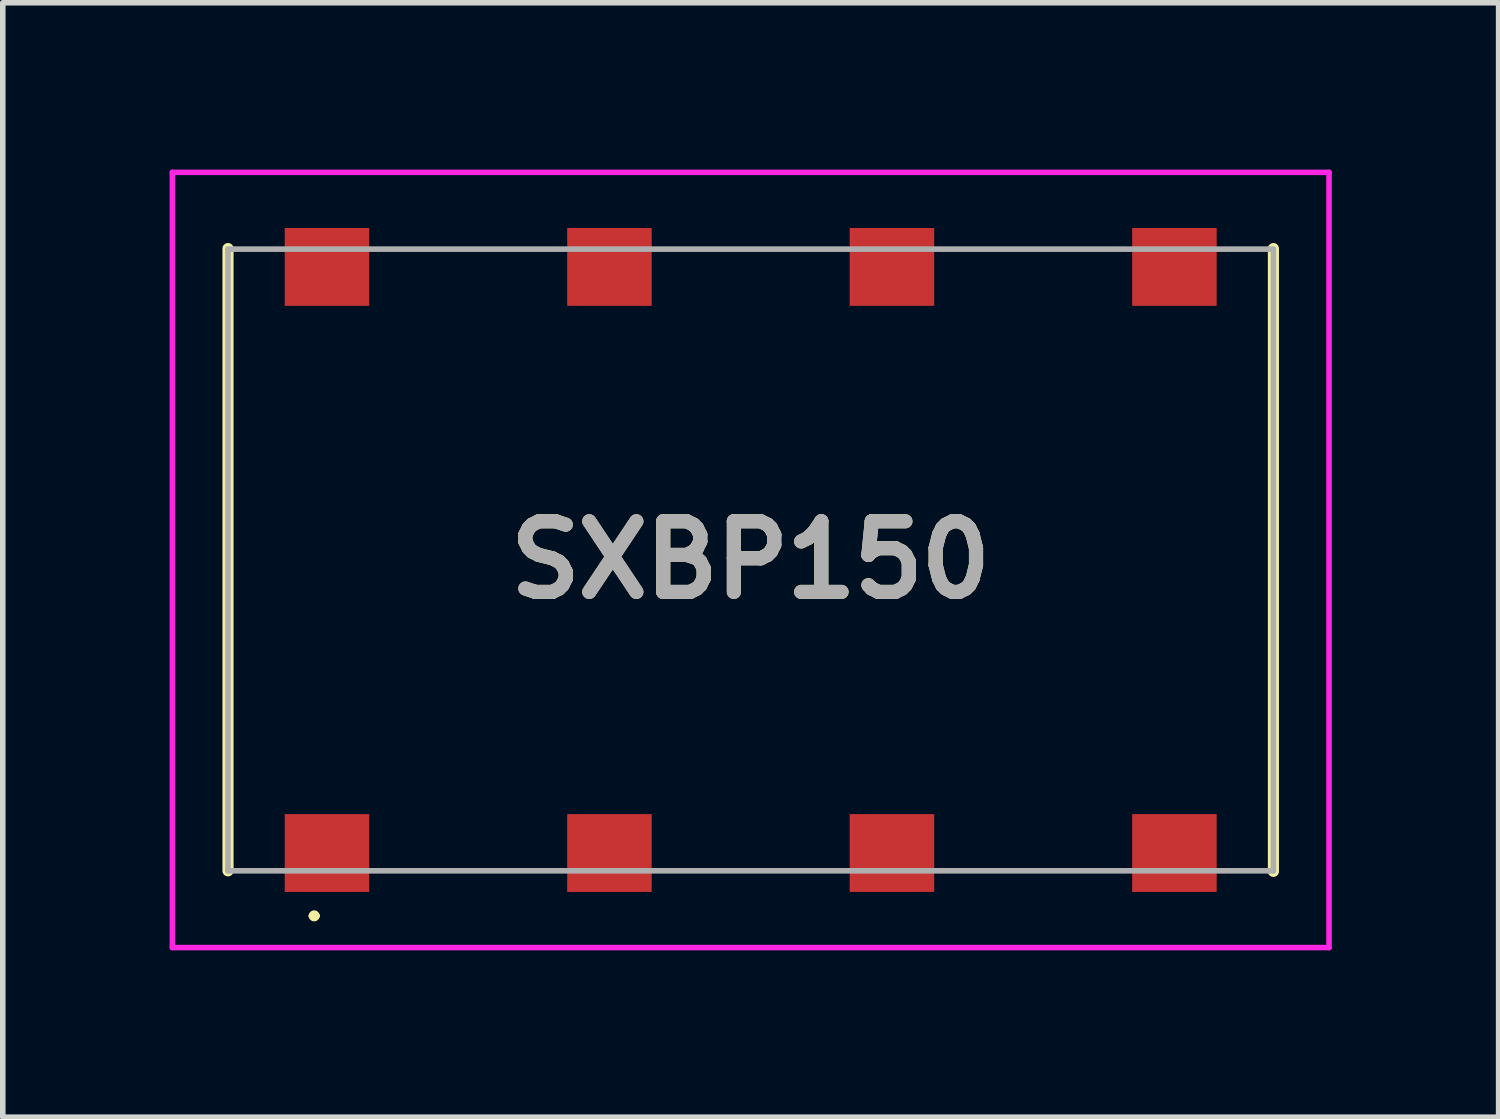
<source format=kicad_pcb>
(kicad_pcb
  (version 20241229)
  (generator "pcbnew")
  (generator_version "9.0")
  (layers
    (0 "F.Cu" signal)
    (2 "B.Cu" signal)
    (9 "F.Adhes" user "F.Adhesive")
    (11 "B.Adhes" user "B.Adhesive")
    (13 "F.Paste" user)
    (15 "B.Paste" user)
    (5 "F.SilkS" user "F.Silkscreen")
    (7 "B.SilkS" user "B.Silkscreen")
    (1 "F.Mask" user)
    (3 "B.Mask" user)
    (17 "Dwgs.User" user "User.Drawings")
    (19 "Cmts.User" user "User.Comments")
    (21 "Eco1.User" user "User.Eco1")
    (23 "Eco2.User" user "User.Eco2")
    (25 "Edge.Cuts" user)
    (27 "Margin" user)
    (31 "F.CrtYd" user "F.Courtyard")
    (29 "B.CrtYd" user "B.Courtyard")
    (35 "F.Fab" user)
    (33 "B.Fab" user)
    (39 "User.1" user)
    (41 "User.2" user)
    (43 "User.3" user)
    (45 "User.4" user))
  (footprint "SXBP150"
    (layer "F.Cu")
    (at 10.45 7.02)
    (property "Reference" "SXBP150" (at 0 0 0) (layer "F.SilkS") (effects (font (size 1.27 1.27) (thickness 0.254))))
    (attr smd)
    (fp_line (start -9.4 5.59) (end -9.4 -5.6) (stroke (width 0.2) (type solid)) (layer "F.SilkS"))
    (fp_line (start -7.9 6.4) (end -7.9 6.4) (stroke (width 0.1) (type solid)) (layer "F.SilkS"))
    (fp_line (start -7.8 6.4) (end -7.8 6.4) (stroke (width 0.1) (type solid)) (layer "F.SilkS"))
    (fp_line (start 9.4 5.6) (end 9.4 -5.6) (stroke (width 0.2) (type solid)) (layer "F.SilkS"))
    (fp_arc (start -7.9 6.4) (mid -7.85 6.35) (end -7.8 6.4) (stroke (width 0.1) (type solid)) (layer "F.SilkS"))
    (fp_arc (start -7.8 6.4) (mid -7.85 6.45) (end -7.9 6.4) (stroke (width 0.1) (type solid)) (layer "F.SilkS"))
    (fp_line (start -10.4 -6.97) (end 10.4 -6.97) (stroke (width 0.1) (type solid)) (layer "F.CrtYd"))
    (fp_line (start -10.4 6.97) (end -10.4 -6.97) (stroke (width 0.1) (type solid)) (layer "F.CrtYd"))
    (fp_line (start 10.4 -6.97) (end 10.4 6.97) (stroke (width 0.1) (type solid)) (layer "F.CrtYd"))
    (fp_line (start 10.4 6.97) (end -10.4 6.97) (stroke (width 0.1) (type solid)) (layer "F.CrtYd"))
    (fp_line (start -9.4 -5.59) (end 9.4 -5.59) (stroke (width 0.1) (type solid)) (layer "F.Fab"))
    (fp_line (start -9.4 5.59) (end -9.4 -5.59) (stroke (width 0.1) (type solid)) (layer "F.Fab"))
    (fp_line (start 9.4 -5.59) (end 9.4 5.59) (stroke (width 0.1) (type solid)) (layer "F.Fab"))
    (fp_line (start 9.4 5.59) (end -9.4 5.59) (stroke (width 0.1) (type solid)) (layer "F.Fab"))
    (fp_text user "${REFERENCE}" (at 0 0 0) (layer "F.Fab") (effects (font (size 1.27 1.27) (thickness 0.254))))
    (pad "1" smd rect (at -7.62 5.27 90) (size 1.4 1.52) (layers "F.Cu" "F.Mask" "F.Paste"))
    (pad "2" smd rect (at -7.62 -5.27 90) (size 1.4 1.52) (layers "F.Cu" "F.Mask" "F.Paste"))
    (pad "3" smd rect (at -2.54 5.27 90) (size 1.4 1.52) (layers "F.Cu" "F.Mask" "F.Paste"))
    (pad "4" smd rect (at -2.54 -5.27 90) (size 1.4 1.52) (layers "F.Cu" "F.Mask" "F.Paste"))
    (pad "5" smd rect (at 2.54 5.27 90) (size 1.4 1.52) (layers "F.Cu" "F.Mask" "F.Paste"))
    (pad "6" smd rect (at 2.54 -5.27 90) (size 1.4 1.52) (layers "F.Cu" "F.Mask" "F.Paste"))
    (pad "7" smd rect (at 7.62 5.27 90) (size 1.4 1.52) (layers "F.Cu" "F.Mask" "F.Paste"))
    (pad "8" smd rect (at 7.62 -5.27 90) (size 1.4 1.52) (layers "F.Cu" "F.Mask" "F.Paste")))
  (gr_rect
    (start -3 -3)
    (end 23.9 17.04)
    (stroke (width 0.1) (type default))
    (fill no)
    (layer "Edge.Cuts")))
</source>
